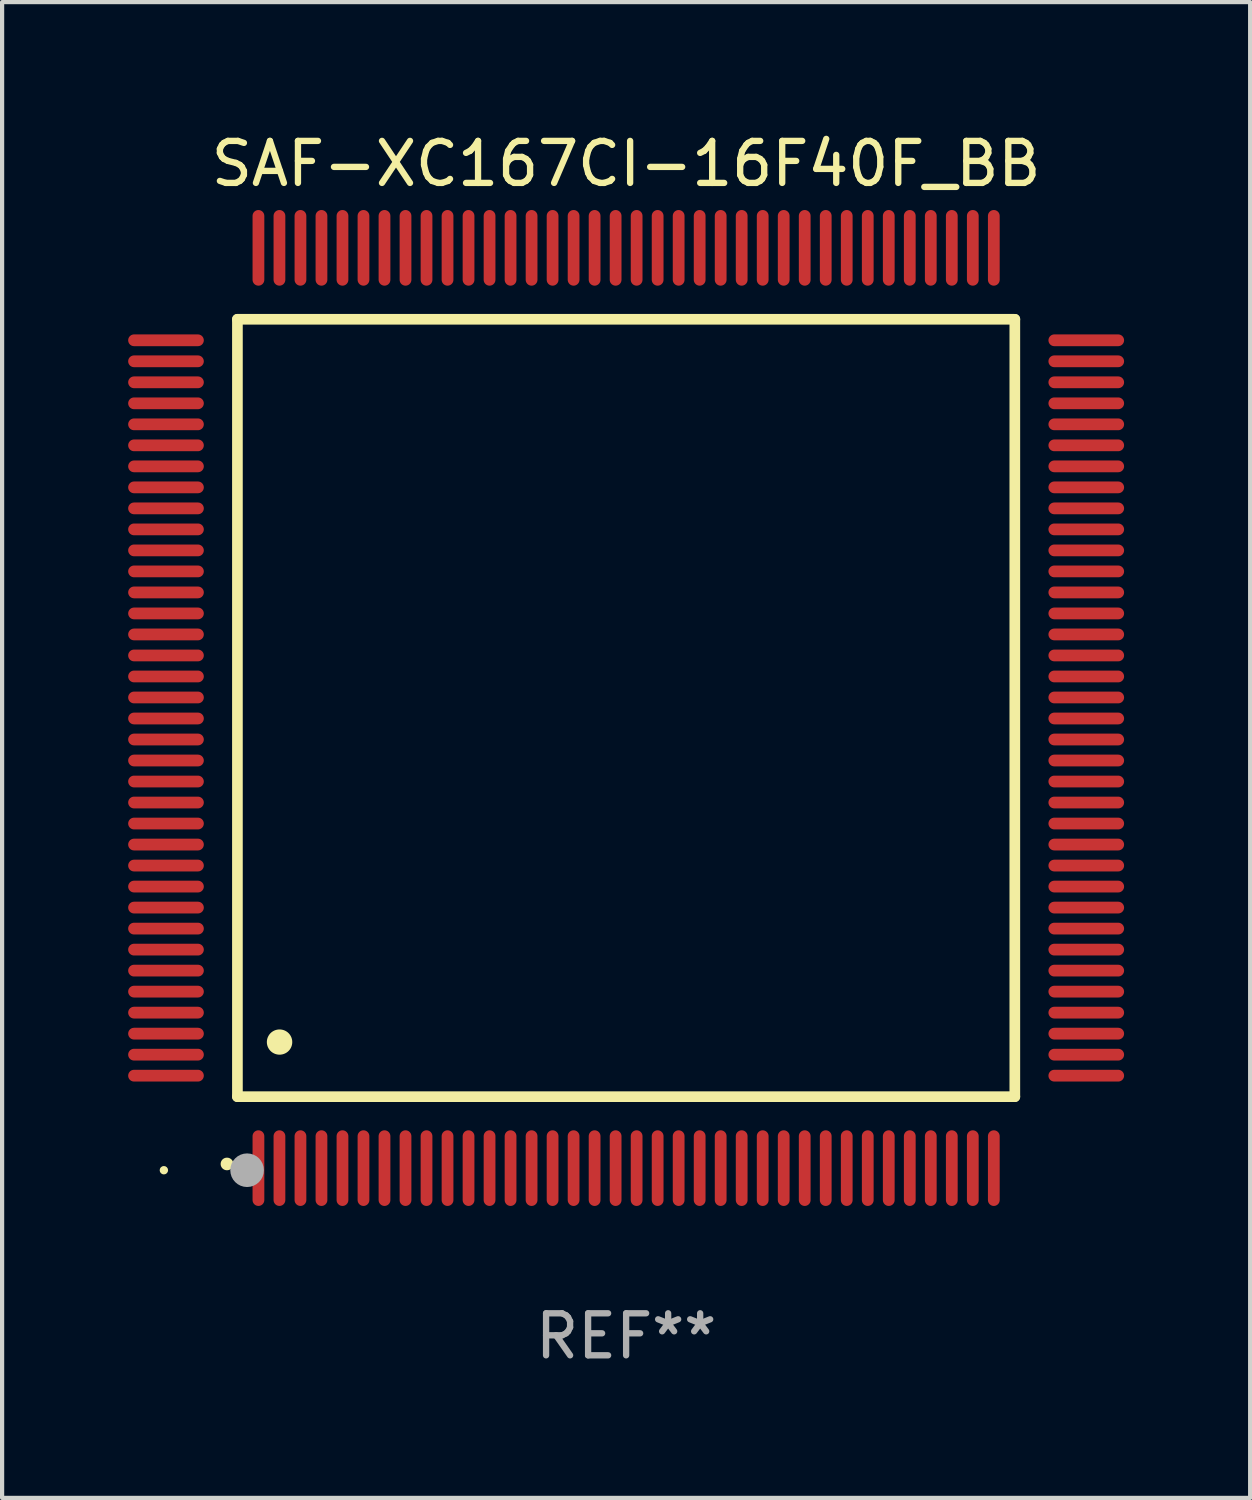
<source format=kicad_pcb>
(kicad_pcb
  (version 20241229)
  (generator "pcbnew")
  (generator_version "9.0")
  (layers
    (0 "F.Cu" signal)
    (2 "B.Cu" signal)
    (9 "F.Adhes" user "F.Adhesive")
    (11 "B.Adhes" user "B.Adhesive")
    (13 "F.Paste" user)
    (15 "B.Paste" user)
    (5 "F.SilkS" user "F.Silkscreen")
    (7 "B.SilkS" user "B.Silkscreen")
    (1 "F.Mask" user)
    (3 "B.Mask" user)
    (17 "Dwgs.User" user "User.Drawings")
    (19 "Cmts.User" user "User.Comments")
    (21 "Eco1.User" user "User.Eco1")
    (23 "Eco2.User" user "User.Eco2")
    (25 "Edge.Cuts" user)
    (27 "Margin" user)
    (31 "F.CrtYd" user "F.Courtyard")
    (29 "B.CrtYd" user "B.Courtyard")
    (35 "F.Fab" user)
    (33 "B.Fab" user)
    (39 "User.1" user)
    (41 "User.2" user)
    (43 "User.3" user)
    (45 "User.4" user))
  (footprint "SAF-XC167CI-16F40F_BB"
    (layer "F.Cu")
    (at 11.85 13.798)
    (property "Reference" "SAF-XC167CI-16F40F_BB" (at 0 -12.95 0) (layer "F.SilkS") (effects (font (size 1 1) (thickness 0.15))))
    (attr through_hole)
    (fp_line (start -9.25 -9.25) (end -9.25 9.25) (stroke (width 0.254) (type solid)) (layer "F.SilkS"))
    (fp_line (start -9.25 9.25) (end 9.25 9.25) (stroke (width 0.254) (type solid)) (layer "F.SilkS"))
    (fp_line (start 9.25 -9.25) (end -9.25 -9.25) (stroke (width 0.254) (type solid)) (layer "F.SilkS"))
    (fp_line (start 9.25 9.25) (end 9.25 -9.25) (stroke (width 0.254) (type solid)) (layer "F.SilkS"))
    (fp_arc (start -9.499619 10.850902) (mid -9.498349 10.850897) (end -9.497079 10.850902) (stroke (width 0.3) (type solid)) (layer "F.SilkS"))
    (fp_arc (start -8.249936 7.950216) (mid -8.247396 7.950205) (end -8.244856 7.950216) (stroke (width 0.6) (type solid)) (layer "F.SilkS"))
    (fp_circle (center -11 11) (end -10.95 11) (stroke (width 0.1) (type solid)) (fill no) (layer "F.SilkS"))
    (fp_circle (center -9.02 11) (end -8.82 11) (stroke (width 0.4) (type solid)) (fill no) (layer "F.Fab"))
    (fp_text user "REF**" (at 0 14.95 0) (layer "F.Fab") (effects (font (size 1 1) (thickness 0.15))))
    (pad "1" smd oval (at -8.75 10.95) (size 0.28 1.8) (layers "F.Cu" "F.Mask" "F.Paste"))
    (pad "2" smd oval (at -8.25 10.95) (size 0.28 1.8) (layers "F.Cu" "F.Mask" "F.Paste"))
    (pad "3" smd oval (at -7.75 10.95) (size 0.28 1.8) (layers "F.Cu" "F.Mask" "F.Paste"))
    (pad "4" smd oval (at -7.25 10.95) (size 0.28 1.8) (layers "F.Cu" "F.Mask" "F.Paste"))
    (pad "5" smd oval (at -6.75 10.95) (size 0.28 1.8) (layers "F.Cu" "F.Mask" "F.Paste"))
    (pad "6" smd oval (at -6.25 10.95) (size 0.28 1.8) (layers "F.Cu" "F.Mask" "F.Paste"))
    (pad "7" smd oval (at -5.75 10.95) (size 0.28 1.8) (layers "F.Cu" "F.Mask" "F.Paste"))
    (pad "8" smd oval (at -5.25 10.95) (size 0.28 1.8) (layers "F.Cu" "F.Mask" "F.Paste"))
    (pad "9" smd oval (at -4.75 10.95) (size 0.28 1.8) (layers "F.Cu" "F.Mask" "F.Paste"))
    (pad "10" smd oval (at -4.25 10.95) (size 0.28 1.8) (layers "F.Cu" "F.Mask" "F.Paste"))
    (pad "11" smd oval (at -3.75 10.95) (size 0.28 1.8) (layers "F.Cu" "F.Mask" "F.Paste"))
    (pad "12" smd oval (at -3.25 10.95) (size 0.28 1.8) (layers "F.Cu" "F.Mask" "F.Paste"))
    (pad "13" smd oval (at -2.75 10.95) (size 0.28 1.8) (layers "F.Cu" "F.Mask" "F.Paste"))
    (pad "14" smd oval (at -2.25 10.95) (size 0.28 1.8) (layers "F.Cu" "F.Mask" "F.Paste"))
    (pad "15" smd oval (at -1.75 10.95) (size 0.28 1.8) (layers "F.Cu" "F.Mask" "F.Paste"))
    (pad "16" smd oval (at -1.25 10.95) (size 0.28 1.8) (layers "F.Cu" "F.Mask" "F.Paste"))
    (pad "17" smd oval (at -0.75 10.95) (size 0.28 1.8) (layers "F.Cu" "F.Mask" "F.Paste"))
    (pad "18" smd oval (at -0.25 10.95) (size 0.28 1.8) (layers "F.Cu" "F.Mask" "F.Paste"))
    (pad "19" smd oval (at 0.25 10.95) (size 0.28 1.8) (layers "F.Cu" "F.Mask" "F.Paste"))
    (pad "20" smd oval (at 0.75 10.95) (size 0.28 1.8) (layers "F.Cu" "F.Mask" "F.Paste"))
    (pad "21" smd oval (at 1.25 10.95) (size 0.28 1.8) (layers "F.Cu" "F.Mask" "F.Paste"))
    (pad "22" smd oval (at 1.75 10.95) (size 0.28 1.8) (layers "F.Cu" "F.Mask" "F.Paste"))
    (pad "23" smd oval (at 2.25 10.95) (size 0.28 1.8) (layers "F.Cu" "F.Mask" "F.Paste"))
    (pad "24" smd oval (at 2.75 10.95) (size 0.28 1.8) (layers "F.Cu" "F.Mask" "F.Paste"))
    (pad "25" smd oval (at 3.25 10.95) (size 0.28 1.8) (layers "F.Cu" "F.Mask" "F.Paste"))
    (pad "26" smd oval (at 3.75 10.95) (size 0.28 1.8) (layers "F.Cu" "F.Mask" "F.Paste"))
    (pad "27" smd oval (at 4.25 10.95) (size 0.28 1.8) (layers "F.Cu" "F.Mask" "F.Paste"))
    (pad "28" smd oval (at 4.75 10.95) (size 0.28 1.8) (layers "F.Cu" "F.Mask" "F.Paste"))
    (pad "29" smd oval (at 5.25 10.95) (size 0.28 1.8) (layers "F.Cu" "F.Mask" "F.Paste"))
    (pad "30" smd oval (at 5.75 10.95) (size 0.28 1.8) (layers "F.Cu" "F.Mask" "F.Paste"))
    (pad "31" smd oval (at 6.25 10.95) (size 0.28 1.8) (layers "F.Cu" "F.Mask" "F.Paste"))
    (pad "32" smd oval (at 6.75 10.95) (size 0.28 1.8) (layers "F.Cu" "F.Mask" "F.Paste"))
    (pad "33" smd oval (at 7.25 10.95) (size 0.28 1.8) (layers "F.Cu" "F.Mask" "F.Paste"))
    (pad "34" smd oval (at 7.75 10.95) (size 0.28 1.8) (layers "F.Cu" "F.Mask" "F.Paste"))
    (pad "35" smd oval (at 8.25 10.95) (size 0.28 1.8) (layers "F.Cu" "F.Mask" "F.Paste"))
    (pad "36" smd oval (at 8.75 10.95) (size 0.28 1.8) (layers "F.Cu" "F.Mask" "F.Paste"))
    (pad "37" smd oval (at 10.95 8.75) (size 1.8 0.28) (layers "F.Cu" "F.Mask" "F.Paste"))
    (pad "38" smd oval (at 10.95 8.25) (size 1.8 0.28) (layers "F.Cu" "F.Mask" "F.Paste"))
    (pad "39" smd oval (at 10.95 7.75) (size 1.8 0.28) (layers "F.Cu" "F.Mask" "F.Paste"))
    (pad "40" smd oval (at 10.95 7.25) (size 1.8 0.28) (layers "F.Cu" "F.Mask" "F.Paste"))
    (pad "41" smd oval (at 10.95 6.75) (size 1.8 0.28) (layers "F.Cu" "F.Mask" "F.Paste"))
    (pad "42" smd oval (at 10.95 6.25) (size 1.8 0.28) (layers "F.Cu" "F.Mask" "F.Paste"))
    (pad "43" smd oval (at 10.95 5.75) (size 1.8 0.28) (layers "F.Cu" "F.Mask" "F.Paste"))
    (pad "44" smd oval (at 10.95 5.25) (size 1.8 0.28) (layers "F.Cu" "F.Mask" "F.Paste"))
    (pad "45" smd oval (at 10.95 4.75) (size 1.8 0.28) (layers "F.Cu" "F.Mask" "F.Paste"))
    (pad "46" smd oval (at 10.95 4.25) (size 1.8 0.28) (layers "F.Cu" "F.Mask" "F.Paste"))
    (pad "47" smd oval (at 10.95 3.75) (size 1.8 0.28) (layers "F.Cu" "F.Mask" "F.Paste"))
    (pad "48" smd oval (at 10.95 3.25) (size 1.8 0.28) (layers "F.Cu" "F.Mask" "F.Paste"))
    (pad "49" smd oval (at 10.95 2.75) (size 1.8 0.28) (layers "F.Cu" "F.Mask" "F.Paste"))
    (pad "50" smd oval (at 10.95 2.25) (size 1.8 0.28) (layers "F.Cu" "F.Mask" "F.Paste"))
    (pad "51" smd oval (at 10.95 1.75) (size 1.8 0.28) (layers "F.Cu" "F.Mask" "F.Paste"))
    (pad "52" smd oval (at 10.95 1.25) (size 1.8 0.28) (layers "F.Cu" "F.Mask" "F.Paste"))
    (pad "53" smd oval (at 10.95 0.75) (size 1.8 0.28) (layers "F.Cu" "F.Mask" "F.Paste"))
    (pad "54" smd oval (at 10.95 0.25) (size 1.8 0.28) (layers "F.Cu" "F.Mask" "F.Paste"))
    (pad "55" smd oval (at 10.95 -0.25) (size 1.8 0.28) (layers "F.Cu" "F.Mask" "F.Paste"))
    (pad "56" smd oval (at 10.95 -0.75) (size 1.8 0.28) (layers "F.Cu" "F.Mask" "F.Paste"))
    (pad "57" smd oval (at 10.95 -1.25) (size 1.8 0.28) (layers "F.Cu" "F.Mask" "F.Paste"))
    (pad "58" smd oval (at 10.95 -1.75) (size 1.8 0.28) (layers "F.Cu" "F.Mask" "F.Paste"))
    (pad "59" smd oval (at 10.95 -2.25) (size 1.8 0.28) (layers "F.Cu" "F.Mask" "F.Paste"))
    (pad "60" smd oval (at 10.95 -2.75) (size 1.8 0.28) (layers "F.Cu" "F.Mask" "F.Paste"))
    (pad "61" smd oval (at 10.95 -3.25) (size 1.8 0.28) (layers "F.Cu" "F.Mask" "F.Paste"))
    (pad "62" smd oval (at 10.95 -3.75) (size 1.8 0.28) (layers "F.Cu" "F.Mask" "F.Paste"))
    (pad "63" smd oval (at 10.95 -4.25) (size 1.8 0.28) (layers "F.Cu" "F.Mask" "F.Paste"))
    (pad "64" smd oval (at 10.95 -4.75) (size 1.8 0.28) (layers "F.Cu" "F.Mask" "F.Paste"))
    (pad "65" smd oval (at 10.95 -5.25) (size 1.8 0.28) (layers "F.Cu" "F.Mask" "F.Paste"))
    (pad "66" smd oval (at 10.95 -5.75) (size 1.8 0.28) (layers "F.Cu" "F.Mask" "F.Paste"))
    (pad "67" smd oval (at 10.95 -6.25) (size 1.8 0.28) (layers "F.Cu" "F.Mask" "F.Paste"))
    (pad "68" smd oval (at 10.95 -6.75) (size 1.8 0.28) (layers "F.Cu" "F.Mask" "F.Paste"))
    (pad "69" smd oval (at 10.95 -7.25) (size 1.8 0.28) (layers "F.Cu" "F.Mask" "F.Paste"))
    (pad "70" smd oval (at 10.95 -7.75) (size 1.8 0.28) (layers "F.Cu" "F.Mask" "F.Paste"))
    (pad "71" smd oval (at 10.95 -8.25) (size 1.8 0.28) (layers "F.Cu" "F.Mask" "F.Paste"))
    (pad "72" smd oval (at 10.95 -8.75) (size 1.8 0.28) (layers "F.Cu" "F.Mask" "F.Paste"))
    (pad "73" smd oval (at 8.75 -10.95) (size 0.28 1.8) (layers "F.Cu" "F.Mask" "F.Paste"))
    (pad "74" smd oval (at 8.25 -10.95) (size 0.28 1.8) (layers "F.Cu" "F.Mask" "F.Paste"))
    (pad "75" smd oval (at 7.75 -10.95) (size 0.28 1.8) (layers "F.Cu" "F.Mask" "F.Paste"))
    (pad "76" smd oval (at 7.25 -10.95) (size 0.28 1.8) (layers "F.Cu" "F.Mask" "F.Paste"))
    (pad "77" smd oval (at 6.75 -10.95) (size 0.28 1.8) (layers "F.Cu" "F.Mask" "F.Paste"))
    (pad "78" smd oval (at 6.25 -10.95) (size 0.28 1.8) (layers "F.Cu" "F.Mask" "F.Paste"))
    (pad "79" smd oval (at 5.75 -10.95) (size 0.28 1.8) (layers "F.Cu" "F.Mask" "F.Paste"))
    (pad "80" smd oval (at 5.25 -10.95) (size 0.28 1.8) (layers "F.Cu" "F.Mask" "F.Paste"))
    (pad "81" smd oval (at 4.75 -10.95) (size 0.28 1.8) (layers "F.Cu" "F.Mask" "F.Paste"))
    (pad "82" smd oval (at 4.25 -10.95) (size 0.28 1.8) (layers "F.Cu" "F.Mask" "F.Paste"))
    (pad "83" smd oval (at 3.75 -10.95) (size 0.28 1.8) (layers "F.Cu" "F.Mask" "F.Paste"))
    (pad "84" smd oval (at 3.25 -10.95) (size 0.28 1.8) (layers "F.Cu" "F.Mask" "F.Paste"))
    (pad "85" smd oval (at 2.75 -10.95) (size 0.28 1.8) (layers "F.Cu" "F.Mask" "F.Paste"))
    (pad "86" smd oval (at 2.25 -10.95) (size 0.28 1.8) (layers "F.Cu" "F.Mask" "F.Paste"))
    (pad "87" smd oval (at 1.75 -10.95) (size 0.28 1.8) (layers "F.Cu" "F.Mask" "F.Paste"))
    (pad "88" smd oval (at 1.25 -10.95) (size 0.28 1.8) (layers "F.Cu" "F.Mask" "F.Paste"))
    (pad "89" smd oval (at 0.75 -10.95) (size 0.28 1.8) (layers "F.Cu" "F.Mask" "F.Paste"))
    (pad "90" smd oval (at 0.25 -10.95) (size 0.28 1.8) (layers "F.Cu" "F.Mask" "F.Paste"))
    (pad "91" smd oval (at -0.25 -10.95) (size 0.28 1.8) (layers "F.Cu" "F.Mask" "F.Paste"))
    (pad "92" smd oval (at -0.75 -10.95) (size 0.28 1.8) (layers "F.Cu" "F.Mask" "F.Paste"))
    (pad "93" smd oval (at -1.25 -10.95) (size 0.28 1.8) (layers "F.Cu" "F.Mask" "F.Paste"))
    (pad "94" smd oval (at -1.75 -10.95) (size 0.28 1.8) (layers "F.Cu" "F.Mask" "F.Paste"))
    (pad "95" smd oval (at -2.25 -10.95) (size 0.28 1.8) (layers "F.Cu" "F.Mask" "F.Paste"))
    (pad "96" smd oval (at -2.75 -10.95) (size 0.28 1.8) (layers "F.Cu" "F.Mask" "F.Paste"))
    (pad "97" smd oval (at -3.25 -10.95) (size 0.28 1.8) (layers "F.Cu" "F.Mask" "F.Paste"))
    (pad "98" smd oval (at -3.75 -10.95) (size 0.28 1.8) (layers "F.Cu" "F.Mask" "F.Paste"))
    (pad "99" smd oval (at -4.25 -10.95) (size 0.28 1.8) (layers "F.Cu" "F.Mask" "F.Paste"))
    (pad "100" smd oval (at -4.75 -10.95) (size 0.28 1.8) (layers "F.Cu" "F.Mask" "F.Paste"))
    (pad "101" smd oval (at -5.25 -10.95) (size 0.28 1.8) (layers "F.Cu" "F.Mask" "F.Paste"))
    (pad "102" smd oval (at -5.75 -10.95) (size 0.28 1.8) (layers "F.Cu" "F.Mask" "F.Paste"))
    (pad "103" smd oval (at -6.25 -10.95) (size 0.28 1.8) (layers "F.Cu" "F.Mask" "F.Paste"))
    (pad "104" smd oval (at -6.75 -10.95) (size 0.28 1.8) (layers "F.Cu" "F.Mask" "F.Paste"))
    (pad "105" smd oval (at -7.25 -10.95) (size 0.28 1.8) (layers "F.Cu" "F.Mask" "F.Paste"))
    (pad "106" smd oval (at -7.75 -10.95) (size 0.28 1.8) (layers "F.Cu" "F.Mask" "F.Paste"))
    (pad "107" smd oval (at -8.25 -10.95) (size 0.28 1.8) (layers "F.Cu" "F.Mask" "F.Paste"))
    (pad "108" smd oval (at -8.75 -10.95) (size 0.28 1.8) (layers "F.Cu" "F.Mask" "F.Paste"))
    (pad "109" smd oval (at -10.95 -8.75) (size 1.8 0.28) (layers "F.Cu" "F.Mask" "F.Paste"))
    (pad "110" smd oval (at -10.95 -8.25) (size 1.8 0.28) (layers "F.Cu" "F.Mask" "F.Paste"))
    (pad "111" smd oval (at -10.95 -7.75) (size 1.8 0.28) (layers "F.Cu" "F.Mask" "F.Paste"))
    (pad "112" smd oval (at -10.95 -7.25) (size 1.8 0.28) (layers "F.Cu" "F.Mask" "F.Paste"))
    (pad "113" smd oval (at -10.95 -6.75) (size 1.8 0.28) (layers "F.Cu" "F.Mask" "F.Paste"))
    (pad "114" smd oval (at -10.95 -6.25) (size 1.8 0.28) (layers "F.Cu" "F.Mask" "F.Paste"))
    (pad "115" smd oval (at -10.95 -5.75) (size 1.8 0.28) (layers "F.Cu" "F.Mask" "F.Paste"))
    (pad "116" smd oval (at -10.95 -5.25) (size 1.8 0.28) (layers "F.Cu" "F.Mask" "F.Paste"))
    (pad "117" smd oval (at -10.95 -4.75) (size 1.8 0.28) (layers "F.Cu" "F.Mask" "F.Paste"))
    (pad "118" smd oval (at -10.95 -4.25) (size 1.8 0.28) (layers "F.Cu" "F.Mask" "F.Paste"))
    (pad "119" smd oval (at -10.95 -3.75) (size 1.8 0.28) (layers "F.Cu" "F.Mask" "F.Paste"))
    (pad "120" smd oval (at -10.95 -3.25) (size 1.8 0.28) (layers "F.Cu" "F.Mask" "F.Paste"))
    (pad "121" smd oval (at -10.95 -2.75) (size 1.8 0.28) (layers "F.Cu" "F.Mask" "F.Paste"))
    (pad "122" smd oval (at -10.95 -2.25) (size 1.8 0.28) (layers "F.Cu" "F.Mask" "F.Paste"))
    (pad "123" smd oval (at -10.95 -1.75) (size 1.8 0.28) (layers "F.Cu" "F.Mask" "F.Paste"))
    (pad "124" smd oval (at -10.95 -1.25) (size 1.8 0.28) (layers "F.Cu" "F.Mask" "F.Paste"))
    (pad "125" smd oval (at -10.95 -0.75) (size 1.8 0.28) (layers "F.Cu" "F.Mask" "F.Paste"))
    (pad "126" smd oval (at -10.95 -0.25) (size 1.8 0.28) (layers "F.Cu" "F.Mask" "F.Paste"))
    (pad "127" smd oval (at -10.95 0.25) (size 1.8 0.28) (layers "F.Cu" "F.Mask" "F.Paste"))
    (pad "128" smd oval (at -10.95 0.75) (size 1.8 0.28) (layers "F.Cu" "F.Mask" "F.Paste"))
    (pad "129" smd oval (at -10.95 1.25) (size 1.8 0.28) (layers "F.Cu" "F.Mask" "F.Paste"))
    (pad "130" smd oval (at -10.95 1.75) (size 1.8 0.28) (layers "F.Cu" "F.Mask" "F.Paste"))
    (pad "131" smd oval (at -10.95 2.25) (size 1.8 0.28) (layers "F.Cu" "F.Mask" "F.Paste"))
    (pad "132" smd oval (at -10.95 2.75) (size 1.8 0.28) (layers "F.Cu" "F.Mask" "F.Paste"))
    (pad "133" smd oval (at -10.95 3.25) (size 1.8 0.28) (layers "F.Cu" "F.Mask" "F.Paste"))
    (pad "134" smd oval (at -10.95 3.75) (size 1.8 0.28) (layers "F.Cu" "F.Mask" "F.Paste"))
    (pad "135" smd oval (at -10.95 4.25) (size 1.8 0.28) (layers "F.Cu" "F.Mask" "F.Paste"))
    (pad "136" smd oval (at -10.95 4.75) (size 1.8 0.28) (layers "F.Cu" "F.Mask" "F.Paste"))
    (pad "137" smd oval (at -10.95 5.25) (size 1.8 0.28) (layers "F.Cu" "F.Mask" "F.Paste"))
    (pad "138" smd oval (at -10.95 5.75) (size 1.8 0.28) (layers "F.Cu" "F.Mask" "F.Paste"))
    (pad "139" smd oval (at -10.95 6.25) (size 1.8 0.28) (layers "F.Cu" "F.Mask" "F.Paste"))
    (pad "140" smd oval (at -10.95 6.75) (size 1.8 0.28) (layers "F.Cu" "F.Mask" "F.Paste"))
    (pad "141" smd oval (at -10.95 7.25) (size 1.8 0.28) (layers "F.Cu" "F.Mask" "F.Paste"))
    (pad "142" smd oval (at -10.95 7.75) (size 1.8 0.28) (layers "F.Cu" "F.Mask" "F.Paste"))
    (pad "143" smd oval (at -10.95 8.25) (size 1.8 0.28) (layers "F.Cu" "F.Mask" "F.Paste"))
    (pad "144" smd oval (at -10.95 8.75) (size 1.8 0.28) (layers "F.Cu" "F.Mask" "F.Paste")))
  (gr_rect
    (start -3 -3)
    (end 26.7 32.596)
    (stroke (width 0.1) (type default))
    (fill no)
    (layer "Edge.Cuts")))
</source>
